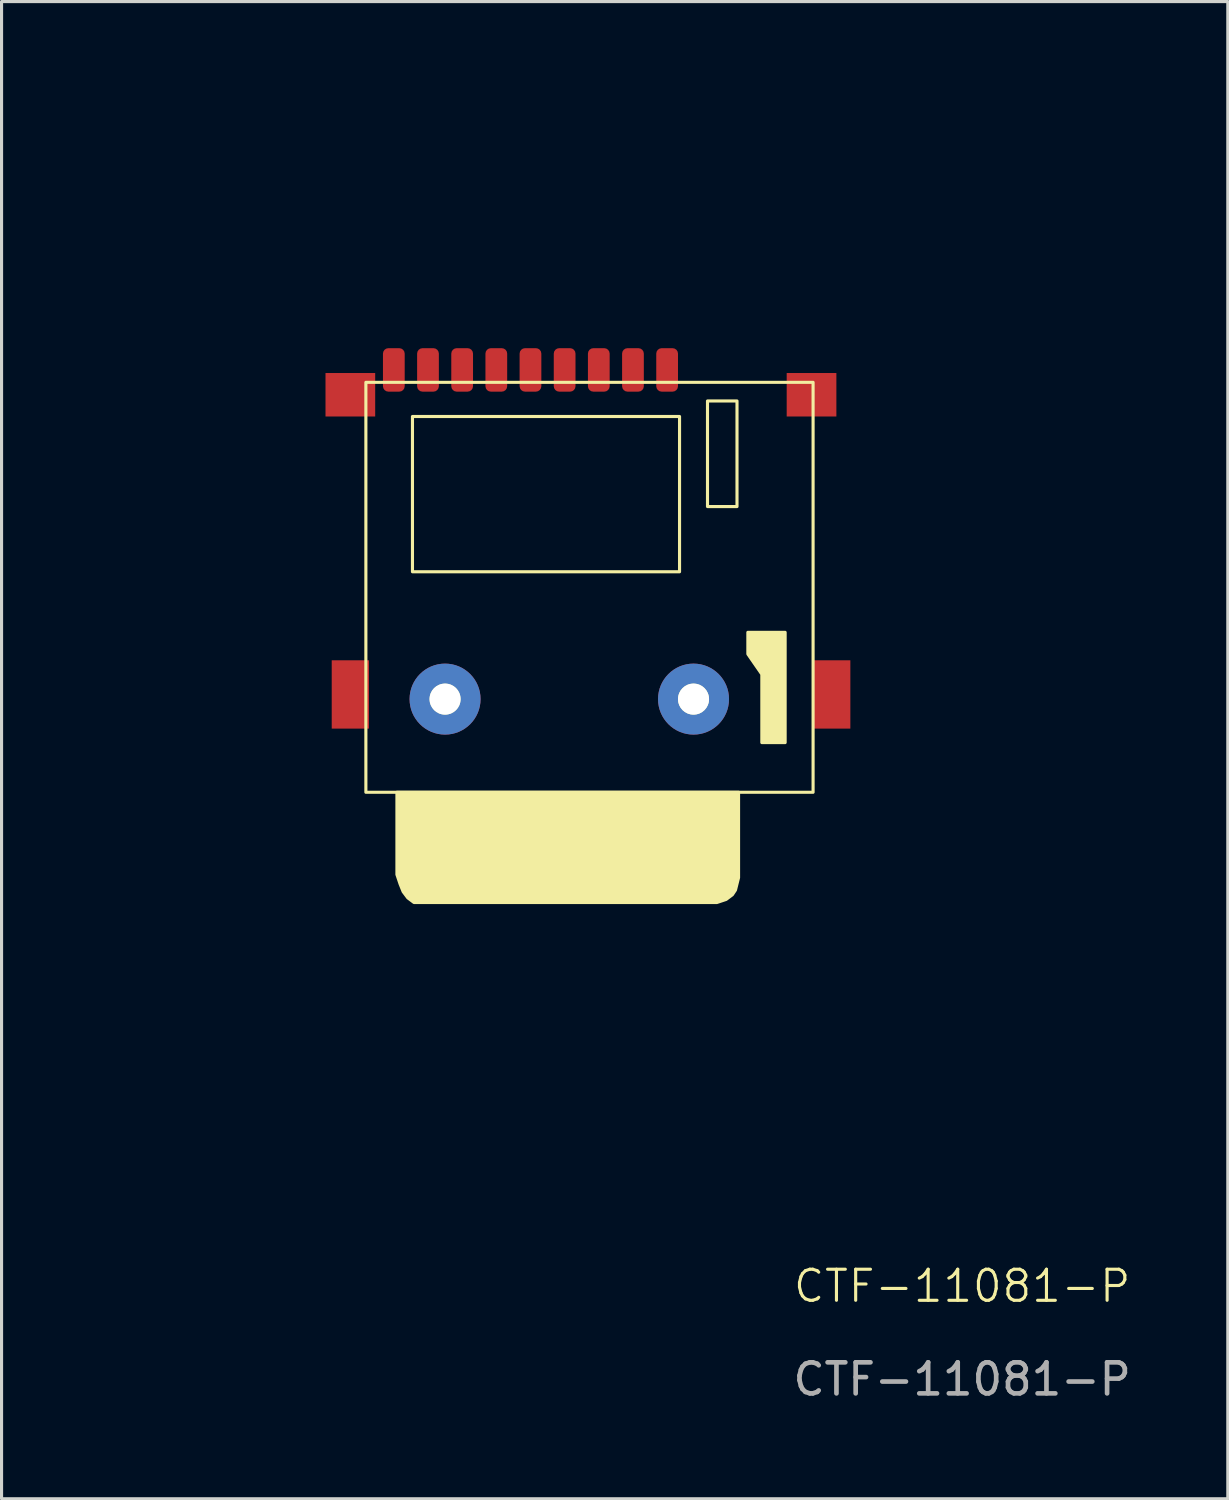
<source format=kicad_pcb>
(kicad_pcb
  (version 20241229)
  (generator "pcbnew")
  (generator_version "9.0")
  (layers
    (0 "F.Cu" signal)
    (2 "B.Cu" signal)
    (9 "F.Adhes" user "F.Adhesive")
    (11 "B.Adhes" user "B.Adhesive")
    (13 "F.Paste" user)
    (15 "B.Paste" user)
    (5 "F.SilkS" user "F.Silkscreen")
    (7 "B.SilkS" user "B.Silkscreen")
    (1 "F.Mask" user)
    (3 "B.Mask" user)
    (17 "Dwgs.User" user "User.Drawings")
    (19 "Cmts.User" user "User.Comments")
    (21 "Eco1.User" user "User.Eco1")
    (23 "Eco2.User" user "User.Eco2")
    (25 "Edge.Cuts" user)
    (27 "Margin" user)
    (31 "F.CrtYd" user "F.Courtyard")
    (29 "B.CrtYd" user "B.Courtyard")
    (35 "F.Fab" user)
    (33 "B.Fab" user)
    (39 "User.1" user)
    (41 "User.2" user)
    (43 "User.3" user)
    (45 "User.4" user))
  (footprint "CTF-11081-P"
    (layer "F.Cu")
    (at 16.231 8.861)
    (property "Reference" "CTF-11081-P" (at 11.7 29.5 0) (unlocked yes) (layer "F.SilkS") (effects (font (size 1 1) (thickness 0.1))))
    (attr smd)
    (fp_rect (start -7.5 0.4) (end 6.9 13.6) (stroke (width 0.1) (type default)) (fill no) (layer "F.SilkS"))
    (fp_rect (start -6 1.5) (end 2.6 6.5) (stroke (width 0.1) (type default)) (fill no) (layer "F.SilkS"))
    (fp_rect (start 3.5 1) (end 4.45 4.4) (stroke (width 0.1) (type default)) (fill no) (layer "F.SilkS"))
    (fp_circle (center -4.95 10.6) (end -4.5 10.6) (stroke (width 0.1) (type default)) (fill no) (layer "F.SilkS"))
    (fp_circle (center 3.05 10.6) (end 3.5 10.6) (stroke (width 0.1) (type default)) (fill no) (layer "F.SilkS"))
    (fp_poly (pts (xy 6 12) (xy 6 8.45) (xy 4.8 8.45) (xy 4.8 9.15) (xy 5.25 9.8) (xy 5.25 12)) (stroke (width 0.1) (type solid)) (fill yes) (layer "F.SilkS"))
    (fp_poly (pts (xy -6.5 13.6) (xy -6.5 16.25) (xy -6.4 16.55) (xy -6.3 16.8) (xy -6.15 17) (xy -5.95 17.15) (xy 3.8 17.15) (xy 4.1 17.05) (xy 4.3 16.9) (xy 4.4 16.75) (xy 4.5 16.35) (xy 4.5 13.6)) (stroke (width 0.1) (type solid)) (fill yes) (layer "F.SilkS"))
    (fp_text user "${REFERENCE}" (at 11.7 32.5 0) (unlocked yes) (layer "F.Fab") (effects (font (size 1 1) (thickness 0.15))))
    (dimension (type aligned) (layer "User.3") (pts (xy 16.231 19.36) (xy 19.281 19.36)) (height 3.55) (format (prefix "") (suffix "") (units 3) (units_format 1) (precision 4)) (style (thickness 0.1) (arrow_length 1.27) (text_position_mode 0) (arrow_direction outward) (extension_height 0.586) (extension_offset 0.5) (keep_text_aligned yes)) (gr_text "3.0500 mm" (at 17.756 21.811 0) (layer "User.3") (effects (font (size 1 1) (thickness 0.1)))))
    (dimension (type aligned) (layer "User.3") (pts (xy 19.281 21.66) (xy 24.281 21.66)) (height -4.55) (format (prefix "") (suffix "") (units 3) (units_format 1) (precision 0)) (style (thickness 0.1) (arrow_length 1.27) (text_position_mode 0) (arrow_direction outward) (extension_height 0.586) (extension_offset 0.5) (keep_text_aligned yes)) (gr_text "5 mm" (at 21.781 16.011 0) (layer "User.3") (effects (font (size 1 1) (thickness 0.1)))))
    (dimension (type aligned) (layer "User.3") (pts (xy 16.231 10.361) (xy 22.281 10.361)) (height 4.35) (format (prefix "") (suffix "") (units 3) (units_format 1) (precision 2)) (style (thickness 0.1) (arrow_length 1.27) (text_position_mode 0) (arrow_direction outward) (extension_height 0.586) (extension_offset 0.5) (keep_text_aligned yes)) (gr_text "6.05 mm" (at 19.256 13.611 0) (layer "User.3") (effects (font (size 1 1) (thickness 0.1)))))
    (dimension (type aligned) (layer "User.3") (pts (xy 19.281 19.46) (xy 19.281 9.46)) (height 7.1) (format (prefix "") (suffix "") (units 3) (units_format 1) (precision 2)) (style (thickness 0.1) (arrow_length 1.27) (text_position_mode 0) (arrow_direction outward) (extension_height 0.586) (extension_offset 0.5) (keep_text_aligned yes)) (gr_text "10.00 mm" (at 25.281 14.46 90) (layer "User.3") (effects (font (size 1 1) (thickness 0.1)))))
    (dimension (type aligned) (layer "User.3") (pts (xy 23.131 19.311) (xy 23.131 23.811)) (height -6.4) (format (prefix "") (suffix "") (units 3) (units_format 1) (precision 1)) (style (thickness 0.1) (arrow_length 1.27) (text_position_mode 0) (arrow_direction outward) (extension_height 0.586) (extension_offset 0.5) (keep_text_aligned yes)) (gr_text "4.5 mm" (at 28.431 21.561 90) (layer "User.3") (effects (font (size 1 1) (thickness 0.1)))))
    (dimension (type aligned) (layer "User.3") (pts (xy 9.131 9.56) (xy 9.131 19.46)) (height 4.6) (format (prefix "") (suffix "") (units 3) (units_format 1) (precision 2)) (style (thickness 0.1) (arrow_length 1.27) (text_position_mode 0) (arrow_direction outward) (extension_height 0.586) (extension_offset 0.5) (keep_text_aligned yes)) (gr_text "9.90 mm" (at 3.431 14.511 90) (layer "User.3") (effects (font (size 1 1) (thickness 0.1)))))
    (dimension (type aligned) (layer "User.3") (pts (xy 20.731 22.46) (xy 23.131 22.46)) (height 6.75) (format (prefix "") (suffix "") (units 3) (units_format 1) (precision 1)) (style (thickness 0.1) (arrow_length 1.27) (text_position_mode 0) (arrow_direction outward) (extension_height 0.586) (extension_offset 0.5) (keep_text_aligned yes)) (gr_text "2.4 mm" (at 21.931 28.11 0) (layer "User.3") (effects (font (size 1 1) (thickness 0.1)))))
    (dimension (type aligned) (layer "User.3") (pts (xy 23.131 22.46) (xy 23.131 24.96)) (height -3.3) (format (prefix "") (suffix "") (units 3) (units_format 1) (precision 1)) (style (thickness 0.1) (arrow_length 1.27) (text_position_mode 0) (arrow_direction outward) (extension_height 0.586) (extension_offset 0.5) (keep_text_aligned yes)) (gr_text "2.5 mm" (at 25.331 23.71 90) (layer "User.3") (effects (font (size 1 1) (thickness 0.1)))))
    (dimension (type aligned) (layer "User.3") (pts (xy 16.231 9.861) (xy 9.031 9.861)) (height -3.8) (format (prefix "") (suffix "") (units 3) (units_format 1) (precision 2)) (style (thickness 0.1) (arrow_length 1.27) (text_position_mode 0) (arrow_direction outward) (extension_height 0.586) (extension_offset 0.5) (keep_text_aligned yes)) (gr_text "7.20 mm" (at 12.631 12.56 0) (layer "User.3") (effects (font (size 1 1) (thickness 0.1)))))
    (dimension (type aligned) (layer "User.3") (pts (xy 9.731 22.41) (xy 20.731 22.41)) (height 8.95) (format (prefix "") (suffix "") (units 3) (units_format 1) (precision 4)) (style (thickness 0.1) (arrow_length 1.27) (text_position_mode 0) (arrow_direction outward) (extension_height 0.586) (extension_offset 0.5) (keep_text_aligned yes)) (gr_text "11.0000 mm" (at 15.231 30.261 0) (layer "User.3") (effects (font (size 1 1) (thickness 0.1)))))
    (dimension (type aligned) (layer "User.3") (pts (xy 16.231 19.86) (xy 11.281 19.86)) (height 2.8) (format (prefix "") (suffix "") (units 3) (units_format 1) (precision 2)) (style (thickness 0.1) (arrow_length 1.27) (text_position_mode 0) (arrow_direction outward) (extension_height 0.586) (extension_offset 0.5) (keep_text_aligned yes)) (gr_text "4.95 mm" (at 13.756 15.96 0) (layer "User.3") (effects (font (size 1 1) (thickness 0.1)))))
    (dimension (type aligned) (layer "User.3") (pts (xy 8.731 22.46) (xy 9.731 22.46)) (height 7.05) (format (prefix "") (suffix "") (units 3) (units_format 1) (precision 0)) (style (thickness 0.1) (arrow_length 1.27) (text_position_mode 0) (arrow_direction outward) (extension_height 0.586) (extension_offset 0.5) (keep_text_aligned yes)) (gr_text "1 mm" (at 9.231 28.41 0) (layer "User.3") (effects (font (size 1 1) (thickness 0.1)))))
    (dimension (type aligned) (layer "User.3") (pts (xy 9.631 7.861) (xy 18.431 7.861)) (height -6) (format (prefix "") (suffix "") (units 3) (units_format 1) (precision 4)) (style (thickness 0.1) (arrow_length 1.27) (text_position_mode 0) (arrow_direction outward) (extension_height 0.586) (extension_offset 0.5) (keep_text_aligned yes)) (gr_text "8.8000 mm" (at 14.031 0.76 0) (layer "User.3") (effects (font (size 1 1) (thickness 0.1)))))
    (dimension (type aligned) (layer "User.3") (pts (xy 11.281 18.41) (xy 8.281 18.41)) (height 0) (format (prefix "") (suffix "") (units 3) (units_format 1) (precision 0)) (style (thickness 0.1) (arrow_length 1.27) (text_position_mode 0) (arrow_direction outward) (extension_height 0.586) (extension_offset 0.5)) (gr_text "3 mm" (at 9.781 17.311 0) (layer "User.3") (effects (font (size 1 1) (thickness 0.1)))))
    (dimension (type aligned) (layer "User.3") (pts (xy 8.231 20.41) (xy 23.731 20.41)) (height 5.6) (format (prefix "") (suffix "") (units 3) (units_format 1) (precision 2)) (style (thickness 0.1) (arrow_length 1.27) (text_position_mode 0) (arrow_direction outward) (extension_height 0.586) (extension_offset 0.5) (keep_text_aligned yes)) (gr_text "15.50 mm" (at 15.981 24.91 0) (layer "User.3") (effects (font (size 1 1) (thickness 0.1)))))
    (pad "" thru_hole circle (at -4.95 10.6) (size 2.286 2.286) (drill 1) (property pad_prop_fiducial_loc) (layers "*.Cu" "*.Mask"))
    (pad "" thru_hole circle (at 3.05 10.6) (size 2.286 2.286) (drill 1) (property pad_prop_fiducial_loc) (layers "*.Cu" "*.Mask"))
    (pad "1" smd roundrect (at 2.2 0) (size 0.7 1.4) (layers "F.Cu" "F.Mask" "F.Paste") (roundrect_rratio 0.25))
    (pad "2" smd roundrect (at 1.1 0) (size 0.7 1.4) (layers "F.Cu" "F.Mask" "F.Paste") (roundrect_rratio 0.25))
    (pad "3" smd roundrect (at 0 0) (size 0.7 1.4) (layers "F.Cu" "F.Mask" "F.Paste") (roundrect_rratio 0.25))
    (pad "4" smd roundrect (at -1.1 0) (size 0.7 1.4) (layers "F.Cu" "F.Mask" "F.Paste") (roundrect_rratio 0.25))
    (pad "5" smd roundrect (at -2.2 0) (size 0.7 1.4) (layers "F.Cu" "F.Mask" "F.Paste") (roundrect_rratio 0.25))
    (pad "6" smd roundrect (at -3.3 0) (size 0.7 1.4) (layers "F.Cu" "F.Mask" "F.Paste") (roundrect_rratio 0.25))
    (pad "7" smd roundrect (at -4.4 0) (size 0.7 1.4) (layers "F.Cu" "F.Mask" "F.Paste") (roundrect_rratio 0.25))
    (pad "8" smd roundrect (at -5.5 0) (size 0.7 1.4) (layers "F.Cu" "F.Mask" "F.Paste") (roundrect_rratio 0.25))
    (pad "9" smd roundrect (at -6.6 0) (size 0.7 1.4) (layers "F.Cu" "F.Mask" "F.Paste") (roundrect_rratio 0.25))
    (pad "10" smd rect (at -8 0.8) (size 1.6 1.4) (layers "F.Cu" "F.Mask" "F.Paste"))
    (pad "10" smd rect (at -8 10.45) (size 1.2 2.2) (layers "F.Cu" "F.Mask" "F.Paste"))
    (pad "10" smd rect (at 6.85 0.8) (size 1.6 1.4) (layers "F.Cu" "F.Mask" "F.Paste"))
    (pad "10" smd rect (at 7.5 10.45) (size 1.2 2.2) (layers "F.Cu" "F.Mask" "F.Paste"))
    (zone (net_name "") (layers "F.Cu" "F.SilkS") (name "sensitive area") (hatch edge 0.5) (connect_pads) (min_thickness 0.25) (filled_areas_thickness no) (keepout (tracks allowed) (vias not_allowed) (pads allowed) (copperpour allowed) (footprints not_allowed)) (placement (enabled no)) (fill) (polygon (pts (xy 18.831 10.361) (xy 10.231 10.361) (xy 10.231 15.361) (xy 18.831 15.361))))
    (zone (net_name "") (layers "F.Cu" "F.SilkS") (name "spring area") (hatch edge 0.5) (connect_pads) (min_thickness 0.25) (filled_areas_thickness no) (keepout (tracks not_allowed) (vias not_allowed) (pads not_allowed) (copperpour allowed) (footprints allowed)) (placement (enabled no)) (fill) (polygon (pts (xy 19.731 9.861) (xy 19.731 13.261) (xy 20.681 13.261) (xy 20.681 9.861)))))
  (gr_rect
    (start -3 -3)
    (end 36.485 45.209)
    (stroke (width 0.1) (type default))
    (fill no)
    (layer "Edge.Cuts")))
</source>
